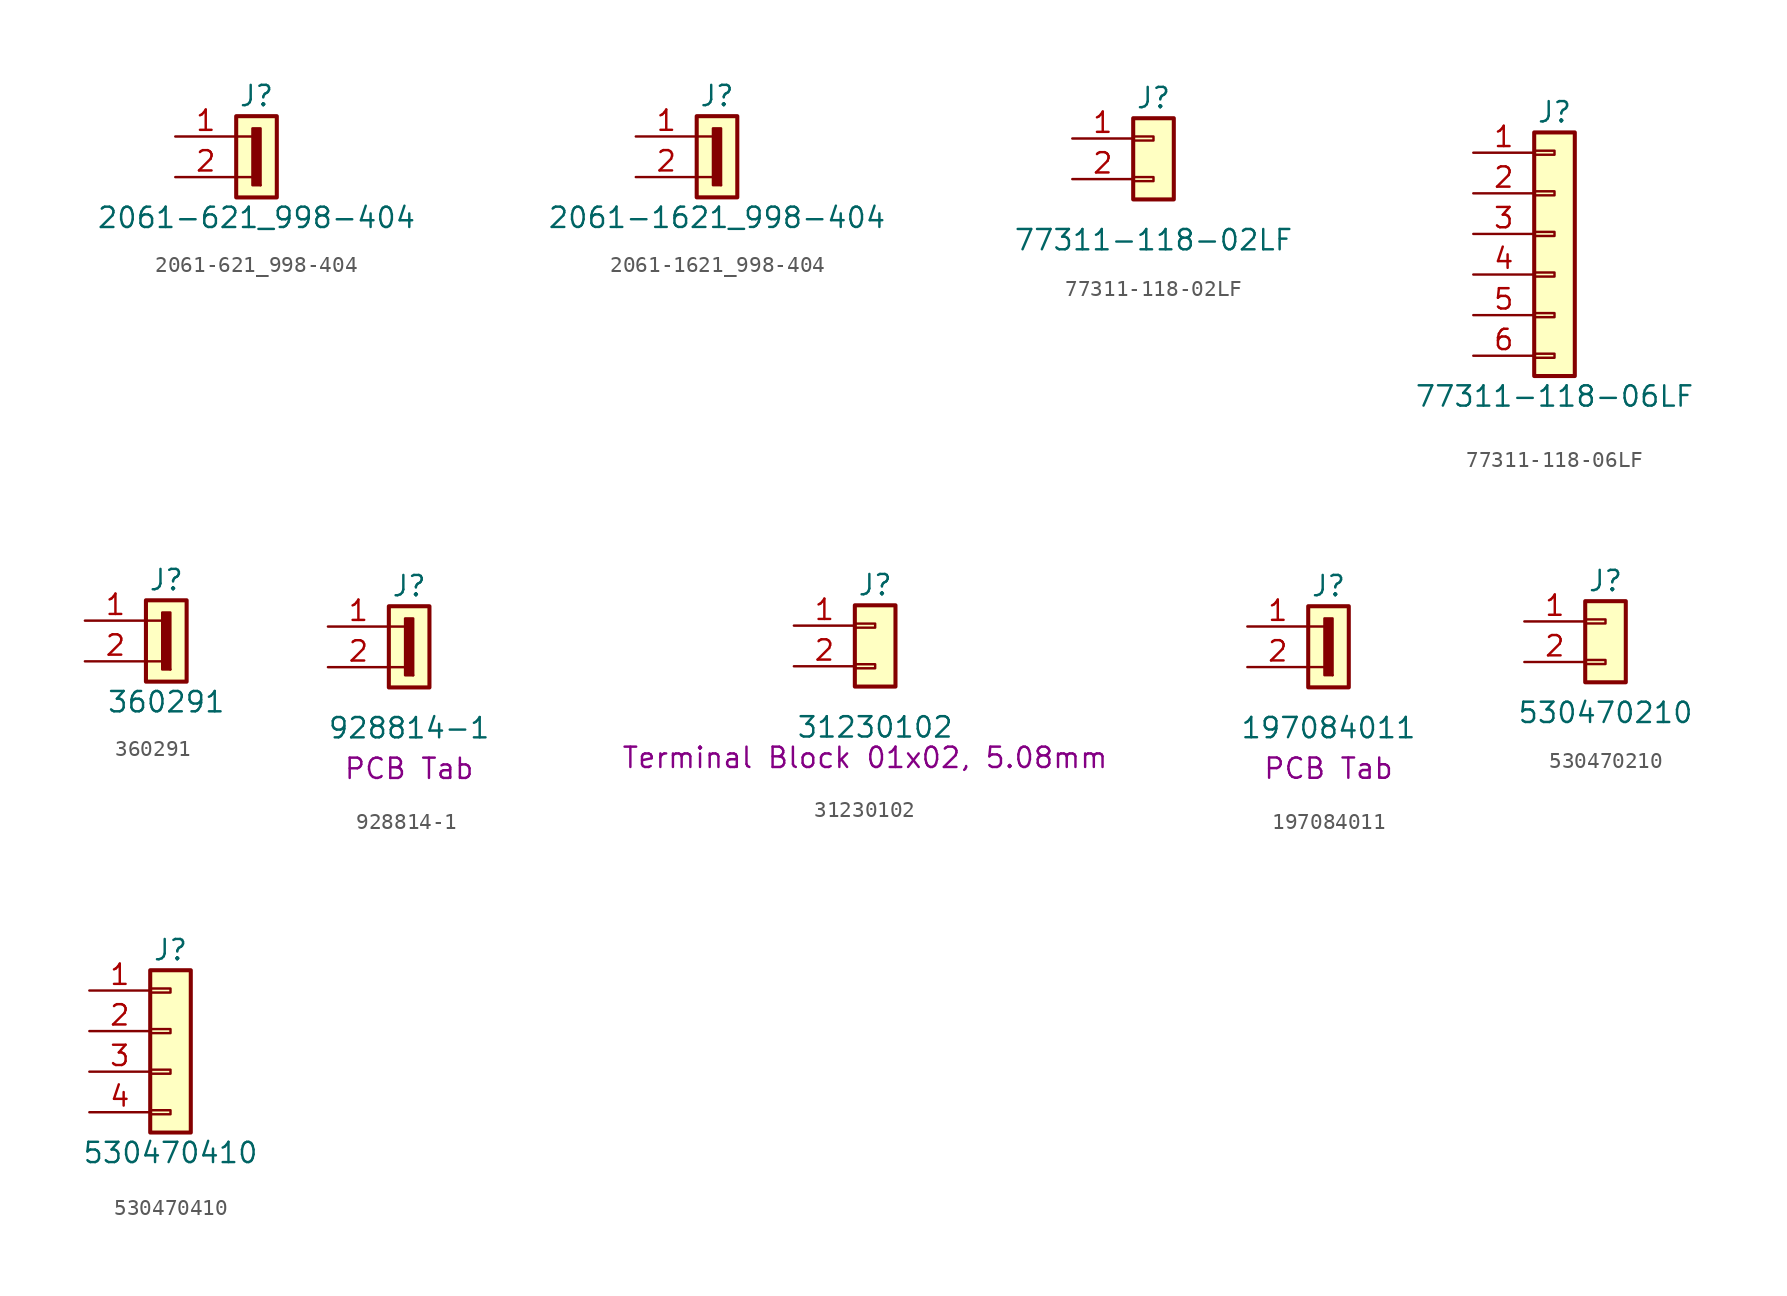
<source format=kicad_sym>
(kicad_symbol_lib
  (version 20220914)
  (generator kicad_symbol_editor)
  (symbol "2061-621_998-404"
    (pin_names
      (offset 1.016) hide)
    (property "Reference" "J"
      (at 0 3.81 0)
      (effects (font (size 1.27 1.27))))
    (property "Value" "2061-621_998-404"
      (at 0 -3.81 0)
      (effects (font (size 1.27 1.27))))
    (symbol "2061-621_998-404_1_1"
      (rectangle (start -1.27 2.54) (end 1.27 -2.54) (stroke (width 0.254) (type default)) (fill (type background)))
      (rectangle (start -0.254 1.778) (end 0.254 -1.778) (stroke (width 0) (type default)) (fill (type outline)))
      (polyline (pts (xy -1.27 1.27) (xy 0 1.27) (xy 0 -1.27) (xy -1.27 -1.27)) (stroke (width 0) (type default)) (fill (type none)))
      (rectangle (start 0.254 -1.778) (end 0.254 -1.778) (stroke (width 0) (type default)) (fill (type none)))
      (pin passive line (at -5.08 1.27 0) (length 3.81) (name "Pin_1" (effects (font (size 1.27 1.27)))) (number "1" (effects (font (size 1.27 1.27)))))
      (pin passive line (at -5.08 -1.27 0) (length 3.81) (name "Pin_2" (effects (font (size 1.27 1.27)))) (number "2" (effects (font (size 1.27 1.27)))))))
  (symbol "2061-1621_998-404"
    (pin_names
      (offset 1.016) hide)
    (property "Reference" "J"
      (at 0 3.81 0)
      (effects (font (size 1.27 1.27))))
    (property "Value" "2061-1621_998-404"
      (at 0 -3.81 0)
      (effects (font (size 1.27 1.27))))
    (symbol "2061-1621_998-404_1_1"
      (rectangle (start -1.27 2.54) (end 1.27 -2.54) (stroke (width 0.254) (type default)) (fill (type background)))
      (rectangle (start -0.254 1.778) (end 0.254 -1.778) (stroke (width 0) (type default)) (fill (type outline)))
      (polyline (pts (xy -1.27 1.27) (xy 0 1.27) (xy 0 -1.27) (xy -1.27 -1.27)) (stroke (width 0) (type default)) (fill (type none)))
      (rectangle (start 0.254 -1.778) (end 0.254 -1.778) (stroke (width 0) (type default)) (fill (type none)))
      (pin passive line (at -5.08 1.27 0) (length 3.81) (name "Pin_1" (effects (font (size 1.27 1.27)))) (number "1" (effects (font (size 1.27 1.27)))))
      (pin passive line (at -5.08 -1.27 0) (length 3.81) (name "Pin_2" (effects (font (size 1.27 1.27)))) (number "2" (effects (font (size 1.27 1.27)))))))
  (symbol "77311-118-02LF"
    (pin_names
      (offset 1.016) hide)
    (property "Reference" "J"
      (at 0 3.81 0)
      (effects (font (size 1.27 1.27))))
    (property "Value" "77311-118-02LF"
      (at 0 -5.08 0)
      (effects (font (size 1.27 1.27))))
    (symbol "77311-118-02LF_1_1"
      (rectangle (start -1.27 -1.143) (end 0 -1.397) (stroke (width 0.152) (type default)) (fill (type none)))
      (rectangle (start -1.27 1.397) (end 0 1.143) (stroke (width 0.152) (type default)) (fill (type none)))
      (rectangle (start -1.27 2.54) (end 1.27 -2.54) (stroke (width 0.254) (type default)) (fill (type background)))
      (pin passive line (at -5.08 1.27 0) (length 3.81) (name "Pin_1" (effects (font (size 1.27 1.27)))) (number "1" (effects (font (size 1.27 1.27)))))
      (pin passive line (at -5.08 -1.27 0) (length 3.81) (name "Pin_2" (effects (font (size 1.27 1.27)))) (number "2" (effects (font (size 1.27 1.27)))))))
  (symbol "77311-118-06LF"
    (pin_names
      (offset 1.016) hide)
    (property "Reference" "J"
      (at 0 7.62 0)
      (effects (font (size 1.27 1.27))))
    (property "Value" "77311-118-06LF"
      (at 0 -10.16 0)
      (effects (font (size 1.27 1.27))))
    (symbol "77311-118-06LF_1_1"
      (rectangle (start -1.27 -7.493) (end 0 -7.747) (stroke (width 0.152) (type default)) (fill (type none)))
      (rectangle (start -1.27 -4.953) (end 0 -5.207) (stroke (width 0.152) (type default)) (fill (type none)))
      (rectangle (start -1.27 -2.413) (end 0 -2.667) (stroke (width 0.152) (type default)) (fill (type none)))
      (rectangle (start -1.27 0.127) (end 0 -0.127) (stroke (width 0.152) (type default)) (fill (type none)))
      (rectangle (start -1.27 2.667) (end 0 2.413) (stroke (width 0.152) (type default)) (fill (type none)))
      (rectangle (start -1.27 5.207) (end 0 4.953) (stroke (width 0.152) (type default)) (fill (type none)))
      (rectangle (start -1.27 6.35) (end 1.27 -8.89) (stroke (width 0.254) (type default)) (fill (type background)))
      (pin passive line (at -5.08 5.08 0) (length 3.81) (name "Pin_1" (effects (font (size 1.27 1.27)))) (number "1" (effects (font (size 1.27 1.27)))))
      (pin passive line (at -5.08 2.54 0) (length 3.81) (name "Pin_2" (effects (font (size 1.27 1.27)))) (number "2" (effects (font (size 1.27 1.27)))))
      (pin passive line (at -5.08 0 0) (length 3.81) (name "Pin_3" (effects (font (size 1.27 1.27)))) (number "3" (effects (font (size 1.27 1.27)))))
      (pin passive line (at -5.08 -2.54 0) (length 3.81) (name "Pin_4" (effects (font (size 1.27 1.27)))) (number "4" (effects (font (size 1.27 1.27)))))
      (pin passive line (at -5.08 -5.08 0) (length 3.81) (name "Pin_5" (effects (font (size 1.27 1.27)))) (number "5" (effects (font (size 1.27 1.27)))))
      (pin passive line (at -5.08 -7.62 0) (length 3.81) (name "Pin_6" (effects (font (size 1.27 1.27)))) (number "6" (effects (font (size 1.27 1.27)))))))
  (symbol "360291"
    (pin_names
      (offset 1.016) hide)
    (property "Reference" "J"
      (at 0 3.81 0)
      (effects (font (size 1.27 1.27))))
    (property "Value" "360291"
      (at 0 -3.81 0)
      (effects (font (size 1.27 1.27))))
    (symbol "360291_1_1"
      (rectangle (start -1.27 2.54) (end 1.27 -2.54) (stroke (width 0.254) (type default)) (fill (type background)))
      (rectangle (start -0.254 1.778) (end 0.254 -1.778) (stroke (width 0) (type default)) (fill (type outline)))
      (polyline (pts (xy -1.27 1.27) (xy 0 1.27) (xy 0 -1.27) (xy -1.27 -1.27)) (stroke (width 0) (type default)) (fill (type none)))
      (rectangle (start 0.254 -1.778) (end 0.254 -1.778) (stroke (width 0) (type default)) (fill (type none)))
      (pin passive line (at -5.08 1.27 0) (length 3.81) (name "Pin_1" (effects (font (size 1.27 1.27)))) (number "1" (effects (font (size 1.27 1.27)))))
      (pin passive line (at -5.08 -1.27 0) (length 3.81) (name "Pin_2" (effects (font (size 1.27 1.27)))) (number "2" (effects (font (size 1.27 1.27)))))))
  (symbol "928814-1"
    (pin_names
      (offset 1.016) hide)
    (property "Reference" "J"
      (at 0 3.81 0)
      (effects (font (size 1.27 1.27))))
    (property "Value" "928814-1"
      (at 0 -5.08 0)
      (effects (font (size 1.27 1.27))))
    (property "Info" "PCB Tab"
      (at 0 -7.62 0)
      (effects (font (size 1.27 1.27))))
    (symbol "928814-1_0_0"
      (pin passive line (at -5.08 -1.27 0) (length 3.81) (name "Pin_2" (effects (font (size 1.27 1.27)))) (number "2" (effects (font (size 1.27 1.27))))))
    (symbol "928814-1_0_1"
      (rectangle (start -0.254 1.778) (end 0.254 -1.778) (stroke (width 0) (type default)) (fill (type outline)))
      (polyline (pts (xy -1.27 1.27) (xy 0 1.27) (xy 0 -1.27) (xy -1.27 -1.27)) (stroke (width 0) (type default)) (fill (type none)))
      (rectangle (start 0.254 -1.778) (end 0.254 -1.778) (stroke (width 0) (type default)) (fill (type none))))
    (symbol "928814-1_1_1"
      (rectangle (start -1.27 2.54) (end 1.27 -2.54) (stroke (width 0.254) (type default)) (fill (type background)))
      (pin passive line (at -5.08 1.27 0) (length 3.81) (name "Pin_1" (effects (font (size 1.27 1.27)))) (number "1" (effects (font (size 1.27 1.27)))))))
  (symbol "31230102"
    (pin_names
      (offset 3) hide)
    (property "Reference" "J"
      (at 0 3.81 0)
      (effects (font (size 1.27 1.27))))
    (property "Value" "31230102"
      (at 0 -5.08 0)
      (effects (font (size 1.27 1.27))))
    (property "Pretty Value" "Terminal Block 01x02, 5.08mm"
      (at -0.635 -6.985 0)
      (effects (font (size 1.27 1.27))))
    (symbol "31230102_1_1"
      (rectangle (start -1.27 -1.143) (end 0 -1.397) (stroke (width 0.152) (type default)) (fill (type none)))
      (rectangle (start -1.27 1.397) (end 0 1.143) (stroke (width 0.152) (type default)) (fill (type none)))
      (rectangle (start -1.27 2.54) (end 1.27 -2.54) (stroke (width 0.254) (type default)) (fill (type background)))
      (pin passive line (at -5.08 1.27 0) (length 3.81) (name "Pin_1" (effects (font (size 1.27 1.27)))) (number "1" (effects (font (size 1.27 1.27)))))
      (pin passive line (at -5.08 -1.27 0) (length 3.81) (name "Pin_2" (effects (font (size 1.27 1.27)))) (number "2" (effects (font (size 1.27 1.27)))))))
  (symbol "197084011"
    (pin_names
      (offset 1.016) hide)
    (property "Reference" "J"
      (at 0 3.81 0)
      (effects (font (size 1.27 1.27))))
    (property "Value" "197084011"
      (at 0 -5.08 0)
      (effects (font (size 1.27 1.27))))
    (property "Info" "PCB Tab"
      (at 0 -7.62 0)
      (effects (font (size 1.27 1.27))))
    (symbol "197084011_0_0"
      (pin passive line (at -5.08 -1.27 0) (length 3.81) (name "Pin_2" (effects (font (size 1.27 1.27)))) (number "2" (effects (font (size 1.27 1.27))))))
    (symbol "197084011_0_1"
      (rectangle (start -0.254 1.778) (end 0.254 -1.778) (stroke (width 0) (type default)) (fill (type outline)))
      (polyline (pts (xy -1.27 1.27) (xy 0 1.27) (xy 0 -1.27) (xy -1.27 -1.27)) (stroke (width 0) (type default)) (fill (type none)))
      (rectangle (start 0.254 -1.778) (end 0.254 -1.778) (stroke (width 0) (type default)) (fill (type none))))
    (symbol "197084011_1_1"
      (rectangle (start -1.27 2.54) (end 1.27 -2.54) (stroke (width 0.254) (type default)) (fill (type background)))
      (pin passive line (at -5.08 1.27 0) (length 3.81) (name "Pin_1" (effects (font (size 1.27 1.27)))) (number "1" (effects (font (size 1.27 1.27)))))))
  (symbol "530470210"
    (pin_names
      (offset 1.016) hide)
    (property "Reference" "J"
      (at 0 3.81 0)
      (effects (font (size 1.27 1.27))))
    (property "Value" "530470210"
      (at 0 -4.445 0)
      (effects (font (size 1.27 1.27))))
    (symbol "530470210_1_1"
      (rectangle (start -1.27 -1.143) (end 0 -1.397) (stroke (width 0.152) (type default)) (fill (type none)))
      (rectangle (start -1.27 1.397) (end 0 1.143) (stroke (width 0.152) (type default)) (fill (type none)))
      (rectangle (start -1.27 2.54) (end 1.27 -2.54) (stroke (width 0.254) (type default)) (fill (type background)))
      (pin passive line (at -5.08 1.27 0) (length 3.81) (name "Pin_1" (effects (font (size 1.27 1.27)))) (number "1" (effects (font (size 1.27 1.27)))))
      (pin passive line (at -5.08 -1.27 0) (length 3.81) (name "Pin_2" (effects (font (size 1.27 1.27)))) (number "2" (effects (font (size 1.27 1.27)))))))
  (symbol "530470410"
    (pin_names
      (offset 1.016) hide)
    (property "Reference" "J"
      (at 0 5.08 0)
      (effects (font (size 1.27 1.27))))
    (property "Value" "530470410"
      (at 0 -7.62 0)
      (effects (font (size 1.27 1.27))))
    (symbol "530470410_1_1"
      (rectangle (start -1.27 -4.953) (end 0 -5.207) (stroke (width 0.152) (type default)) (fill (type none)))
      (rectangle (start -1.27 -2.413) (end 0 -2.667) (stroke (width 0.152) (type default)) (fill (type none)))
      (rectangle (start -1.27 0.127) (end 0 -0.127) (stroke (width 0.152) (type default)) (fill (type none)))
      (rectangle (start -1.27 2.667) (end 0 2.413) (stroke (width 0.152) (type default)) (fill (type none)))
      (rectangle (start -1.27 3.81) (end 1.27 -6.35) (stroke (width 0.254) (type default)) (fill (type background)))
      (pin passive line (at -5.08 2.54 0) (length 3.81) (name "Pin_1" (effects (font (size 1.27 1.27)))) (number "1" (effects (font (size 1.27 1.27)))))
      (pin passive line (at -5.08 0 0) (length 3.81) (name "Pin_2" (effects (font (size 1.27 1.27)))) (number "2" (effects (font (size 1.27 1.27)))))
      (pin passive line (at -5.08 -2.54 0) (length 3.81) (name "Pin_3" (effects (font (size 1.27 1.27)))) (number "3" (effects (font (size 1.27 1.27)))))
      (pin passive line (at -5.08 -5.08 0) (length 3.81) (name "Pin_4" (effects (font (size 1.27 1.27)))) (number "4" (effects (font (size 1.27 1.27))))))))
</source>
